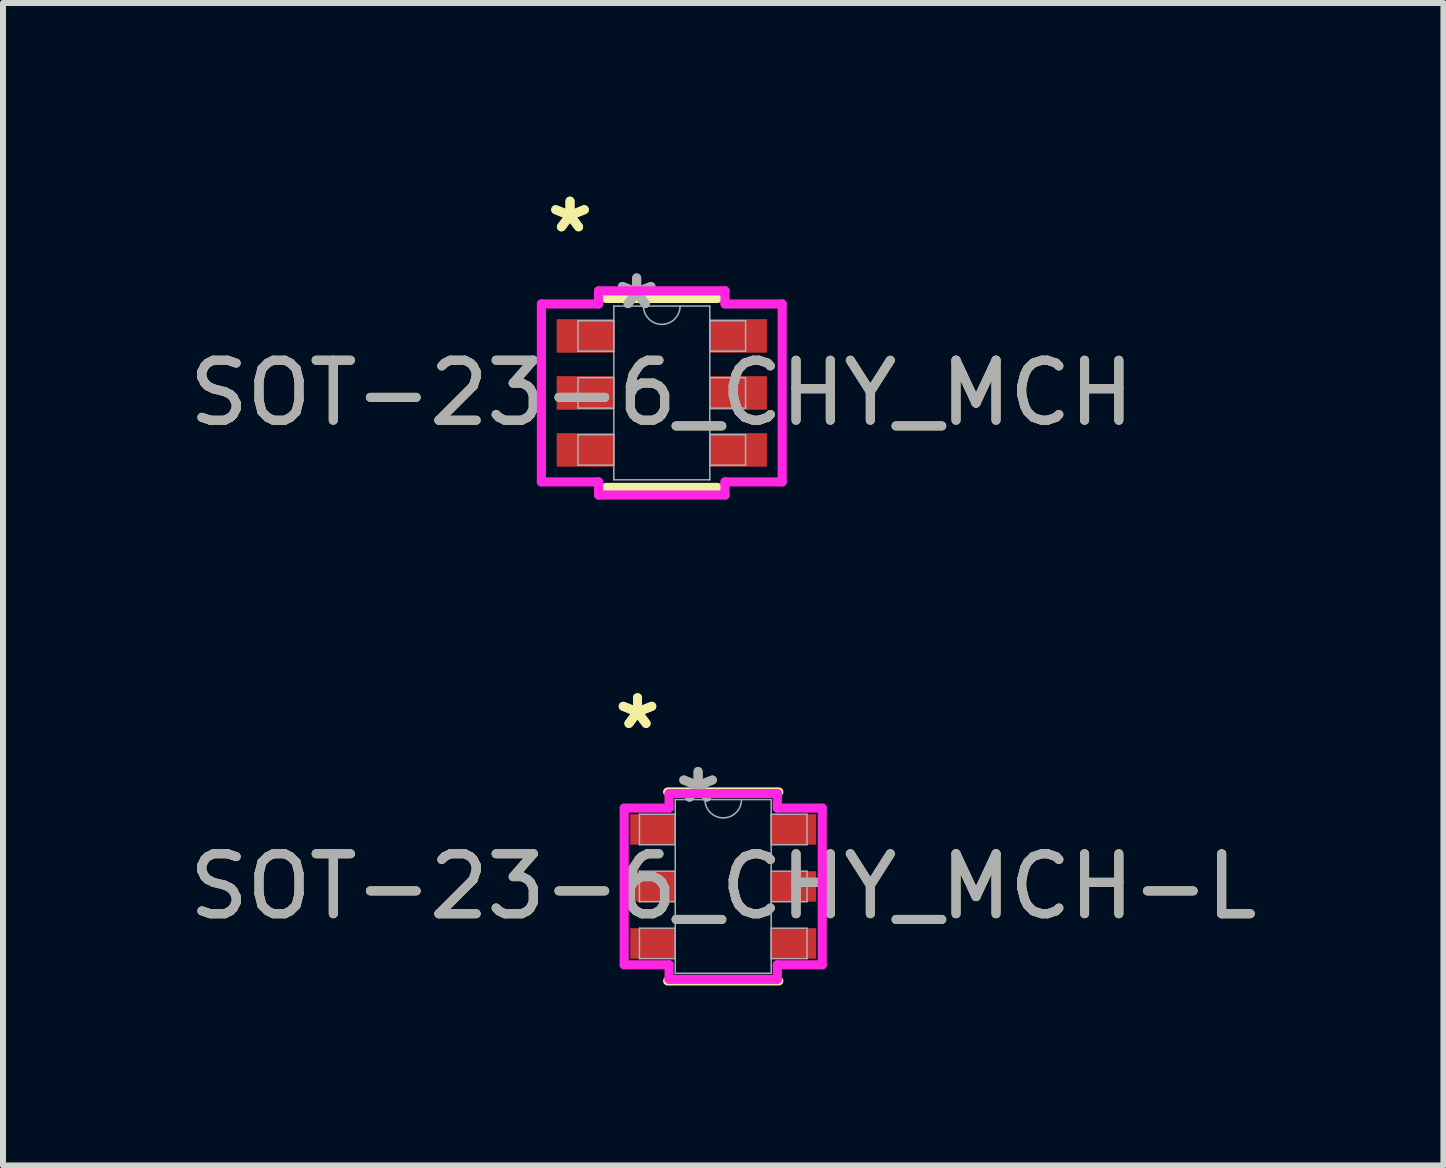
<source format=kicad_pcb>
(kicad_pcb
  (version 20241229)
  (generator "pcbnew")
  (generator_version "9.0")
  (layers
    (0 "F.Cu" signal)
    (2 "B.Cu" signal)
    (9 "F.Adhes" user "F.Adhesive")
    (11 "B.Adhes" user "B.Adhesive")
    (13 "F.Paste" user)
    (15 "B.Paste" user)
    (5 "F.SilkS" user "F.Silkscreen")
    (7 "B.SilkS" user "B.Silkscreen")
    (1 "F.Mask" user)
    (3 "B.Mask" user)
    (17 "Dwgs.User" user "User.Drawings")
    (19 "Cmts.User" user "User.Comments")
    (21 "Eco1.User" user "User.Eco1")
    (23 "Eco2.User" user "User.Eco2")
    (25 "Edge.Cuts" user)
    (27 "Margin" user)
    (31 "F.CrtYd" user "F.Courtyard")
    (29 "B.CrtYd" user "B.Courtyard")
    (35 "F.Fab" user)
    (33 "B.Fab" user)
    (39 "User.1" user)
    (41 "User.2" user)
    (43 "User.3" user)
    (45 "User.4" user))
  (footprint "SOT-23-6_CHY_MCH-L"
    (layer "F.Cu")
    (at 9.006 11.727)
    (property "Reference" "SOT-23-6_CHY_MCH-L" (at 0 0 0) (unlocked yes) (layer "F.SilkS") (effects (font (size 1 1) (thickness 0.15))))
    (attr smd)
    (fp_line (start -0.927 1.575) (end 0.927 1.575) (stroke (width 0.152) (type solid)) (layer "F.SilkS"))
    (fp_line (start 0.927 -1.575) (end -0.927 -1.575) (stroke (width 0.152) (type solid)) (layer "F.SilkS"))
    (fp_line (start -1.651 -1.306) (end -0.902 -1.306) (stroke (width 0.152) (type solid)) (layer "F.CrtYd"))
    (fp_line (start -1.651 1.306) (end -1.651 -1.306) (stroke (width 0.152) (type solid)) (layer "F.CrtYd"))
    (fp_line (start -1.651 1.306) (end -0.902 1.306) (stroke (width 0.152) (type solid)) (layer "F.CrtYd"))
    (fp_line (start -0.902 -1.549) (end 0.902 -1.549) (stroke (width 0.152) (type solid)) (layer "F.CrtYd"))
    (fp_line (start -0.902 -1.306) (end -0.902 -1.549) (stroke (width 0.152) (type solid)) (layer "F.CrtYd"))
    (fp_line (start -0.902 1.549) (end -0.902 1.306) (stroke (width 0.152) (type solid)) (layer "F.CrtYd"))
    (fp_line (start 0.902 -1.549) (end 0.902 -1.306) (stroke (width 0.152) (type solid)) (layer "F.CrtYd"))
    (fp_line (start 0.902 1.306) (end 0.902 1.549) (stroke (width 0.152) (type solid)) (layer "F.CrtYd"))
    (fp_line (start 0.902 1.549) (end -0.902 1.549) (stroke (width 0.152) (type solid)) (layer "F.CrtYd"))
    (fp_line (start 1.651 -1.306) (end 0.902 -1.306) (stroke (width 0.152) (type solid)) (layer "F.CrtYd"))
    (fp_line (start 1.651 -1.306) (end 1.651 1.306) (stroke (width 0.152) (type solid)) (layer "F.CrtYd"))
    (fp_line (start 1.651 1.306) (end 0.902 1.306) (stroke (width 0.152) (type solid)) (layer "F.CrtYd"))
    (fp_line (start -1.397 -1.204) (end -1.397 -0.696) (stroke (width 0.025) (type solid)) (layer "F.Fab"))
    (fp_line (start -1.397 -0.696) (end -0.8 -0.696) (stroke (width 0.025) (type solid)) (layer "F.Fab"))
    (fp_line (start -1.397 -0.254) (end -1.397 0.254) (stroke (width 0.025) (type solid)) (layer "F.Fab"))
    (fp_line (start -1.397 0.254) (end -0.8 0.254) (stroke (width 0.025) (type solid)) (layer "F.Fab"))
    (fp_line (start -1.397 0.696) (end -1.397 1.204) (stroke (width 0.025) (type solid)) (layer "F.Fab"))
    (fp_line (start -1.397 1.204) (end -0.8 1.204) (stroke (width 0.025) (type solid)) (layer "F.Fab"))
    (fp_line (start -0.8 -1.448) (end -0.8 1.448) (stroke (width 0.025) (type solid)) (layer "F.Fab"))
    (fp_line (start -0.8 -1.204) (end -1.397 -1.204) (stroke (width 0.025) (type solid)) (layer "F.Fab"))
    (fp_line (start -0.8 -0.696) (end -0.8 -1.204) (stroke (width 0.025) (type solid)) (layer "F.Fab"))
    (fp_line (start -0.8 -0.254) (end -1.397 -0.254) (stroke (width 0.025) (type solid)) (layer "F.Fab"))
    (fp_line (start -0.8 0.254) (end -0.8 -0.254) (stroke (width 0.025) (type solid)) (layer "F.Fab"))
    (fp_line (start -0.8 0.696) (end -1.397 0.696) (stroke (width 0.025) (type solid)) (layer "F.Fab"))
    (fp_line (start -0.8 1.204) (end -0.8 0.696) (stroke (width 0.025) (type solid)) (layer "F.Fab"))
    (fp_line (start -0.8 1.448) (end 0.8 1.448) (stroke (width 0.025) (type solid)) (layer "F.Fab"))
    (fp_line (start 0.8 -1.448) (end -0.8 -1.448) (stroke (width 0.025) (type solid)) (layer "F.Fab"))
    (fp_line (start 0.8 -1.204) (end 0.8 -0.696) (stroke (width 0.025) (type solid)) (layer "F.Fab"))
    (fp_line (start 0.8 -0.696) (end 1.397 -0.696) (stroke (width 0.025) (type solid)) (layer "F.Fab"))
    (fp_line (start 0.8 -0.254) (end 0.8 0.254) (stroke (width 0.025) (type solid)) (layer "F.Fab"))
    (fp_line (start 0.8 0.254) (end 1.397 0.254) (stroke (width 0.025) (type solid)) (layer "F.Fab"))
    (fp_line (start 0.8 0.696) (end 0.8 1.204) (stroke (width 0.025) (type solid)) (layer "F.Fab"))
    (fp_line (start 0.8 1.204) (end 1.397 1.204) (stroke (width 0.025) (type solid)) (layer "F.Fab"))
    (fp_line (start 0.8 1.448) (end 0.8 -1.448) (stroke (width 0.025) (type solid)) (layer "F.Fab"))
    (fp_line (start 1.397 -1.204) (end 0.8 -1.204) (stroke (width 0.025) (type solid)) (layer "F.Fab"))
    (fp_line (start 1.397 -0.696) (end 1.397 -1.204) (stroke (width 0.025) (type solid)) (layer "F.Fab"))
    (fp_line (start 1.397 -0.254) (end 0.8 -0.254) (stroke (width 0.025) (type solid)) (layer "F.Fab"))
    (fp_line (start 1.397 0.254) (end 1.397 -0.254) (stroke (width 0.025) (type solid)) (layer "F.Fab"))
    (fp_line (start 1.397 0.696) (end 0.8 0.696) (stroke (width 0.025) (type solid)) (layer "F.Fab"))
    (fp_line (start 1.397 1.204) (end 1.397 0.696) (stroke (width 0.025) (type solid)) (layer "F.Fab"))
    (fp_arc (start 0.3048 -1.4478) (mid 0 -1.143) (end -0.3048 -1.4478) (stroke (width 0.0254) (type solid)) (layer "F.Fab"))
    (fp_text user "*" (at -1.429 -2.601 0) (unlocked yes) (layer "F.SilkS") (effects (font (size 1 1) (thickness 0.15))))
    (fp_text user "*" (at -1.429 -2.601 0) (layer "F.SilkS") (effects (font (size 1 1) (thickness 0.15))))
    (fp_text user "*" (at -0.419 -1.372 0) (unlocked yes) (layer "F.Fab") (effects (font (size 1 1) (thickness 0.15))))
    (fp_text user "*" (at -0.419 -1.372 0) (layer "F.Fab") (effects (font (size 1 1) (thickness 0.15))))
    (fp_text user "${REFERENCE}" (at 0 0 0) (unlocked yes) (layer "F.Fab") (effects (font (size 1 1) (thickness 0.15))))
    (pad "1" smd rect (at -1.175 -0.95) (size 0.749 0.508) (layers "F.Cu" "F.Mask" "F.Paste"))
    (pad "2" smd rect (at -1.175 0) (size 0.749 0.508) (layers "F.Cu" "F.Mask" "F.Paste"))
    (pad "3" smd rect (at -1.175 0.95) (size 0.749 0.508) (layers "F.Cu" "F.Mask" "F.Paste"))
    (pad "4" smd rect (at 1.175 0.95) (size 0.749 0.508) (layers "F.Cu" "F.Mask" "F.Paste"))
    (pad "5" smd rect (at 1.175 0) (size 0.749 0.508) (layers "F.Cu" "F.Mask" "F.Paste"))
    (pad "6" smd rect (at 1.175 -0.95) (size 0.749 0.508) (layers "F.Cu" "F.Mask" "F.Paste")))
  (footprint "SOT-23-6_CHY_MCH"
    (layer "F.Cu")
    (at 7.982 3.5)
    (property "Reference" "SOT-23-6_CHY_MCH" (at 0 0 0) (unlocked yes) (layer "F.SilkS") (effects (font (size 1 1) (thickness 0.15))))
    (attr smd)
    (fp_line (start -0.927 1.575) (end 0.927 1.575) (stroke (width 0.152) (type solid)) (layer "F.SilkS"))
    (fp_line (start 0.927 -1.575) (end -0.927 -1.575) (stroke (width 0.152) (type solid)) (layer "F.SilkS"))
    (fp_line (start -2.007 -1.483) (end -1.054 -1.483) (stroke (width 0.152) (type solid)) (layer "F.CrtYd"))
    (fp_line (start -2.007 1.483) (end -2.007 -1.483) (stroke (width 0.152) (type solid)) (layer "F.CrtYd"))
    (fp_line (start -2.007 1.483) (end -1.054 1.483) (stroke (width 0.152) (type solid)) (layer "F.CrtYd"))
    (fp_line (start -1.054 -1.702) (end 1.054 -1.702) (stroke (width 0.152) (type solid)) (layer "F.CrtYd"))
    (fp_line (start -1.054 -1.483) (end -1.054 -1.702) (stroke (width 0.152) (type solid)) (layer "F.CrtYd"))
    (fp_line (start -1.054 1.702) (end -1.054 1.483) (stroke (width 0.152) (type solid)) (layer "F.CrtYd"))
    (fp_line (start 1.054 -1.702) (end 1.054 -1.483) (stroke (width 0.152) (type solid)) (layer "F.CrtYd"))
    (fp_line (start 1.054 1.483) (end 1.054 1.702) (stroke (width 0.152) (type solid)) (layer "F.CrtYd"))
    (fp_line (start 1.054 1.702) (end -1.054 1.702) (stroke (width 0.152) (type solid)) (layer "F.CrtYd"))
    (fp_line (start 2.007 -1.483) (end 1.054 -1.483) (stroke (width 0.152) (type solid)) (layer "F.CrtYd"))
    (fp_line (start 2.007 -1.483) (end 2.007 1.483) (stroke (width 0.152) (type solid)) (layer "F.CrtYd"))
    (fp_line (start 2.007 1.483) (end 1.054 1.483) (stroke (width 0.152) (type solid)) (layer "F.CrtYd"))
    (fp_line (start -1.397 -1.204) (end -1.397 -0.696) (stroke (width 0.025) (type solid)) (layer "F.Fab"))
    (fp_line (start -1.397 -0.696) (end -0.8 -0.696) (stroke (width 0.025) (type solid)) (layer "F.Fab"))
    (fp_line (start -1.397 -0.254) (end -1.397 0.254) (stroke (width 0.025) (type solid)) (layer "F.Fab"))
    (fp_line (start -1.397 0.254) (end -0.8 0.254) (stroke (width 0.025) (type solid)) (layer "F.Fab"))
    (fp_line (start -1.397 0.696) (end -1.397 1.204) (stroke (width 0.025) (type solid)) (layer "F.Fab"))
    (fp_line (start -1.397 1.204) (end -0.8 1.204) (stroke (width 0.025) (type solid)) (layer "F.Fab"))
    (fp_line (start -0.8 -1.448) (end -0.8 1.448) (stroke (width 0.025) (type solid)) (layer "F.Fab"))
    (fp_line (start -0.8 -1.204) (end -1.397 -1.204) (stroke (width 0.025) (type solid)) (layer "F.Fab"))
    (fp_line (start -0.8 -0.696) (end -0.8 -1.204) (stroke (width 0.025) (type solid)) (layer "F.Fab"))
    (fp_line (start -0.8 -0.254) (end -1.397 -0.254) (stroke (width 0.025) (type solid)) (layer "F.Fab"))
    (fp_line (start -0.8 0.254) (end -0.8 -0.254) (stroke (width 0.025) (type solid)) (layer "F.Fab"))
    (fp_line (start -0.8 0.696) (end -1.397 0.696) (stroke (width 0.025) (type solid)) (layer "F.Fab"))
    (fp_line (start -0.8 1.204) (end -0.8 0.696) (stroke (width 0.025) (type solid)) (layer "F.Fab"))
    (fp_line (start -0.8 1.448) (end 0.8 1.448) (stroke (width 0.025) (type solid)) (layer "F.Fab"))
    (fp_line (start 0.8 -1.448) (end -0.8 -1.448) (stroke (width 0.025) (type solid)) (layer "F.Fab"))
    (fp_line (start 0.8 -1.204) (end 0.8 -0.696) (stroke (width 0.025) (type solid)) (layer "F.Fab"))
    (fp_line (start 0.8 -0.696) (end 1.397 -0.696) (stroke (width 0.025) (type solid)) (layer "F.Fab"))
    (fp_line (start 0.8 -0.254) (end 0.8 0.254) (stroke (width 0.025) (type solid)) (layer "F.Fab"))
    (fp_line (start 0.8 0.254) (end 1.397 0.254) (stroke (width 0.025) (type solid)) (layer "F.Fab"))
    (fp_line (start 0.8 0.696) (end 0.8 1.204) (stroke (width 0.025) (type solid)) (layer "F.Fab"))
    (fp_line (start 0.8 1.204) (end 1.397 1.204) (stroke (width 0.025) (type solid)) (layer "F.Fab"))
    (fp_line (start 0.8 1.448) (end 0.8 -1.448) (stroke (width 0.025) (type solid)) (layer "F.Fab"))
    (fp_line (start 1.397 -1.204) (end 0.8 -1.204) (stroke (width 0.025) (type solid)) (layer "F.Fab"))
    (fp_line (start 1.397 -0.696) (end 1.397 -1.204) (stroke (width 0.025) (type solid)) (layer "F.Fab"))
    (fp_line (start 1.397 -0.254) (end 0.8 -0.254) (stroke (width 0.025) (type solid)) (layer "F.Fab"))
    (fp_line (start 1.397 0.254) (end 1.397 -0.254) (stroke (width 0.025) (type solid)) (layer "F.Fab"))
    (fp_line (start 1.397 0.696) (end 0.8 0.696) (stroke (width 0.025) (type solid)) (layer "F.Fab"))
    (fp_line (start 1.397 1.204) (end 1.397 0.696) (stroke (width 0.025) (type solid)) (layer "F.Fab"))
    (fp_arc (start 0.3048 -1.4478) (mid 0 -1.143) (end -0.3048 -1.4478) (stroke (width 0.0254) (type solid)) (layer "F.Fab"))
    (fp_text user "*" (at -1.53 -2.652 0) (unlocked yes) (layer "F.SilkS") (effects (font (size 1 1) (thickness 0.15))))
    (fp_text user "*" (at -1.53 -2.652 0) (layer "F.SilkS") (effects (font (size 1 1) (thickness 0.15))))
    (fp_text user "${REFERENCE}" (at 0 0 0) (unlocked yes) (layer "F.Fab") (effects (font (size 1 1) (thickness 0.15))))
    (fp_text user "*" (at -0.419 -1.372 0) (layer "F.Fab") (effects (font (size 1 1) (thickness 0.15))))
    (fp_text user "*" (at -0.419 -1.372 0) (unlocked yes) (layer "F.Fab") (effects (font (size 1 1) (thickness 0.15))))
    (pad "1" smd rect (at -1.276 -0.95) (size 0.953 0.559) (layers "F.Cu" "F.Mask" "F.Paste"))
    (pad "2" smd rect (at -1.276 0) (size 0.953 0.559) (layers "F.Cu" "F.Mask" "F.Paste"))
    (pad "3" smd rect (at -1.276 0.95) (size 0.953 0.559) (layers "F.Cu" "F.Mask" "F.Paste"))
    (pad "4" smd rect (at 1.276 0.95) (size 0.953 0.559) (layers "F.Cu" "F.Mask" "F.Paste"))
    (pad "5" smd rect (at 1.276 0) (size 0.953 0.559) (layers "F.Cu" "F.Mask" "F.Paste"))
    (pad "6" smd rect (at 1.276 -0.95) (size 0.953 0.559) (layers "F.Cu" "F.Mask" "F.Paste")))
  (gr_rect
    (start -3 -3)
    (end 21.012 16.378)
    (stroke (width 0.1) (type default))
    (fill no)
    (layer "Edge.Cuts")))
</source>
